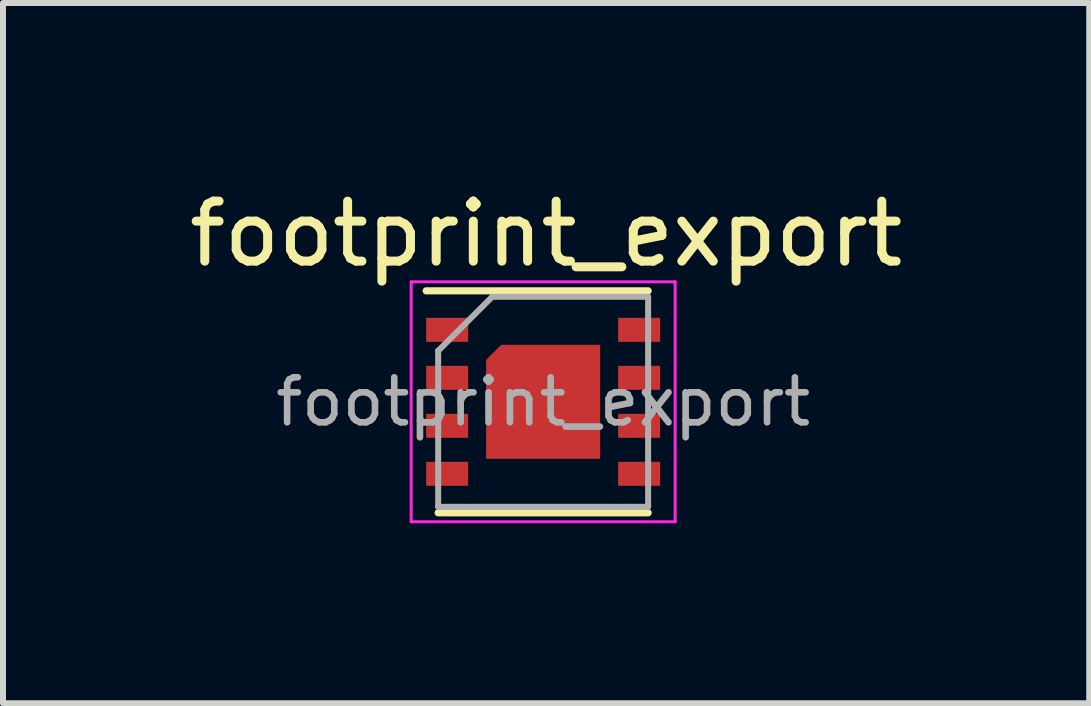
<source format=kicad_pcb>
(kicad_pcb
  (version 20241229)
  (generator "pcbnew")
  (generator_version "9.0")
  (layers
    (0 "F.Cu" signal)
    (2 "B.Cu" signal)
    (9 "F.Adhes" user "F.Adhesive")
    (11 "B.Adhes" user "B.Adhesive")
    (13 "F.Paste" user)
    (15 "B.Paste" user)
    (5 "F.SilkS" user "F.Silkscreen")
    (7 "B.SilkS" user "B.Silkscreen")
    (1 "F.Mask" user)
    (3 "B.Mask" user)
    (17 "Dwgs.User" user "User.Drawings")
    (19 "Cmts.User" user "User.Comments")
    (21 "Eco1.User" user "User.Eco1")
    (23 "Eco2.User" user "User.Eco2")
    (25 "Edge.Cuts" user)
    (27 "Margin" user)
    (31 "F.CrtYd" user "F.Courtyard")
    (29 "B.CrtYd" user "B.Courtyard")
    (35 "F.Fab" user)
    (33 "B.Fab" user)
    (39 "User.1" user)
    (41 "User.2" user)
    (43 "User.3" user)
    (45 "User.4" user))
  (footprint "footprint_export"
    (layer "F.Cu")
    (at 6.004 3.648)
    (property "Reference" "footprint_export" (at 0.05 -2.8 0) (layer "F.SilkS") (effects (font (size 1 1) (thickness 0.15))))
    (attr smd)
    (fp_line (start -1.75 1.85) (end 1.75 1.85) (stroke (width 0.12) (type solid)) (layer "F.SilkS"))
    (fp_line (start 1.75 -1.85) (end -1.95 -1.85) (stroke (width 0.12) (type solid)) (layer "F.SilkS"))
    (fp_line (start -2.2 -2) (end -2.2 2) (stroke (width 0.05) (type solid)) (layer "F.CrtYd"))
    (fp_line (start -2.2 2) (end 2.2 2) (stroke (width 0.05) (type solid)) (layer "F.CrtYd"))
    (fp_line (start 2.2 -2) (end -2.2 -2) (stroke (width 0.05) (type solid)) (layer "F.CrtYd"))
    (fp_line (start 2.2 2) (end 2.2 -2) (stroke (width 0.05) (type solid)) (layer "F.CrtYd"))
    (fp_line (start -1.75 -0.85) (end -1.75 1.75) (stroke (width 0.1) (type solid)) (layer "F.Fab"))
    (fp_line (start -1.75 1.75) (end 1.75 1.75) (stroke (width 0.1) (type solid)) (layer "F.Fab"))
    (fp_line (start -0.85 -1.75) (end -1.75 -0.85) (stroke (width 0.1) (type solid)) (layer "F.Fab"))
    (fp_line (start 1.75 -1.75) (end -0.85 -1.75) (stroke (width 0.1) (type solid)) (layer "F.Fab"))
    (fp_line (start 1.75 1.75) (end 1.75 -1.75) (stroke (width 0.1) (type solid)) (layer "F.Fab"))
    (fp_text user "${REFERENCE}" (at 0 0 0) (layer "F.Fab") (effects (font (size 0.75 0.75) (thickness 0.11))))
    (pad "" smd custom (at -0.525 -0.525) (size 0.3 0.3) (layers "F.Paste") (options (anchor rect)) (primitives (gr_poly (pts (xy 0.375 0.375) (xy -0.375 0.375) (xy -0.375 -0.125) (xy -0.125 -0.375) (xy 0.375 -0.375)) (width 0) (fill yes))))
    (pad "" smd rect (at -0.525 0.525) (size 0.75 0.75) (layers "F.Paste"))
    (pad "" smd rect (at 0.525 -0.525) (size 0.75 0.75) (layers "F.Paste"))
    (pad "" smd rect (at 0.525 0.525) (size 0.75 0.75) (layers "F.Paste"))
    (pad "1" smd rect (at -1.6 -1.2) (size 0.7 0.4) (layers "F.Cu" "F.Mask" "F.Paste"))
    (pad "2" smd rect (at -1.6 -0.4) (size 0.7 0.4) (layers "F.Cu" "F.Mask" "F.Paste"))
    (pad "3" smd rect (at -1.6 0.4) (size 0.7 0.4) (layers "F.Cu" "F.Mask" "F.Paste"))
    (pad "4" smd rect (at -1.6 1.2) (size 0.7 0.4) (layers "F.Cu" "F.Mask" "F.Paste"))
    (pad "5" smd rect (at 1.6 1.2) (size 0.7 0.4) (layers "F.Cu" "F.Mask" "F.Paste"))
    (pad "6" smd rect (at 1.6 0.4) (size 0.7 0.4) (layers "F.Cu" "F.Mask" "F.Paste"))
    (pad "7" smd rect (at 1.6 -0.4) (size 0.7 0.4) (layers "F.Cu" "F.Mask" "F.Paste"))
    (pad "8" smd rect (at 1.6 -1.2) (size 0.7 0.4) (layers "F.Cu" "F.Mask" "F.Paste"))
    (pad "9" smd custom (at 0 0) (size 1.9 1.4) (layers "F.Cu" "F.Mask") (options (anchor rect)) (primitives (gr_poly (pts (xy 0.95 0.95) (xy -0.95 0.95) (xy -0.95 -0.7) (xy -0.7 -0.95) (xy 0.95 -0.95)) (width 0) (fill yes)))))
  (gr_rect
    (start -3 -3)
    (end 15.107 8.673)
    (stroke (width 0.1) (type default))
    (fill no)
    (layer "Edge.Cuts")))
</source>
